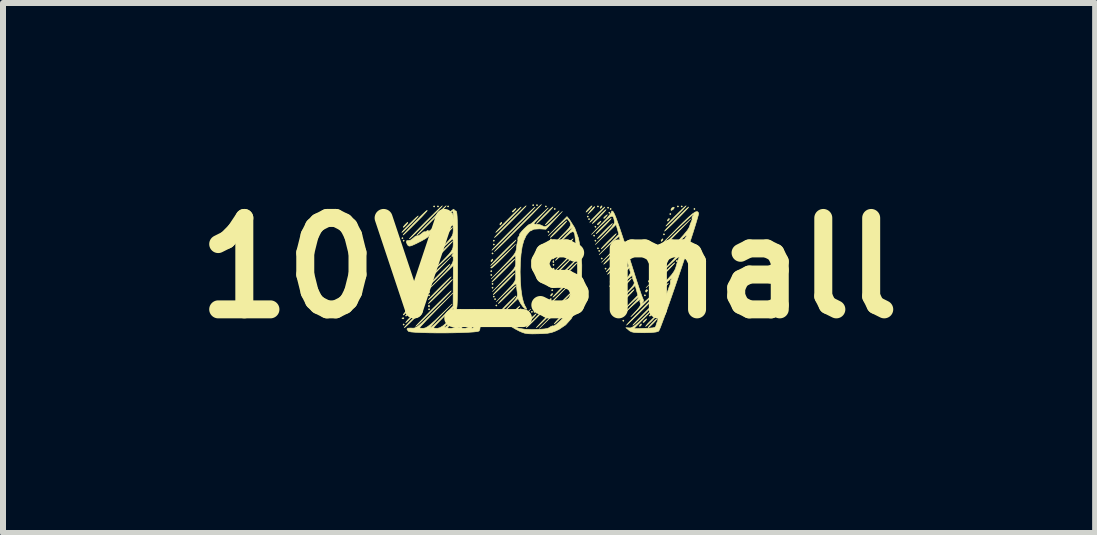
<source format=kicad_pcb>
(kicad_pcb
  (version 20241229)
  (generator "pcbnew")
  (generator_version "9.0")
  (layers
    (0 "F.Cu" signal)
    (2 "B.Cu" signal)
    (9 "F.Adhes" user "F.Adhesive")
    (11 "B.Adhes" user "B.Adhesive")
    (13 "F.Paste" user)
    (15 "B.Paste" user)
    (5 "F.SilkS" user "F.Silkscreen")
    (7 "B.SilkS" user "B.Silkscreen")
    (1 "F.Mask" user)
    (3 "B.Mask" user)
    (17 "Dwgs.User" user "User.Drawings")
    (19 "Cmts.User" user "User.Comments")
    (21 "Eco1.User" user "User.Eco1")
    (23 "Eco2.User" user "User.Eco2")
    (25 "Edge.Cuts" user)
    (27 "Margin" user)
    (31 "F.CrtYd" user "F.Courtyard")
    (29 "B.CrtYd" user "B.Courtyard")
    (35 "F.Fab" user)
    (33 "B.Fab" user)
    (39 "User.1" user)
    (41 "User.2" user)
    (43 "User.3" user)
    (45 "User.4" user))
  (footprint "10V_small"
    (layer "F.Cu")
    (at 6.103 1.418)
    (property "Reference" "10V_small" (at 0 0 0) (layer "F.SilkS") (effects (font (size 1.524 1.524) (thickness 0.3))))
    (attr through_hole)
    (fp_poly (pts (xy -2.434 -0.497) (xy -2.445 -0.487) (xy -2.455 -0.497) (xy -2.445 -0.508) (xy -2.434 -0.497)) (stroke (width 0.01) (type solid)) (fill yes) (layer "F.SilkS"))
    (fp_poly (pts (xy -2.413 -0.455) (xy -2.424 -0.445) (xy -2.434 -0.455) (xy -2.424 -0.466) (xy -2.413 -0.455)) (stroke (width 0.01) (type solid)) (fill yes) (layer "F.SilkS"))
    (fp_poly (pts (xy -2.413 0.942) (xy -2.424 0.953) (xy -2.434 0.942) (xy -2.424 0.931) (xy -2.413 0.942)) (stroke (width 0.01) (type solid)) (fill yes) (layer "F.SilkS"))
    (fp_poly (pts (xy -2.286 0.709) (xy -2.297 0.72) (xy -2.307 0.709) (xy -2.297 0.699) (xy -2.286 0.709)) (stroke (width 0.01) (type solid)) (fill yes) (layer "F.SilkS"))
    (fp_poly (pts (xy -2.18 0.709) (xy -2.191 0.72) (xy -2.201 0.709) (xy -2.191 0.699) (xy -2.18 0.709)) (stroke (width 0.01) (type solid)) (fill yes) (layer "F.SilkS"))
    (fp_poly (pts (xy -1.99 -0.476) (xy -2 -0.466) (xy -2.011 -0.476) (xy -2 -0.487) (xy -1.99 -0.476)) (stroke (width 0.01) (type solid)) (fill yes) (layer "F.SilkS"))
    (fp_poly (pts (xy -1.99 -0.413) (xy -2 -0.402) (xy -2.011 -0.413) (xy -2 -0.423) (xy -1.99 -0.413)) (stroke (width 0.01) (type solid)) (fill yes) (layer "F.SilkS"))
    (fp_poly (pts (xy -1.99 -0.243) (xy -2 -0.233) (xy -2.011 -0.243) (xy -2 -0.254) (xy -1.99 -0.243)) (stroke (width 0.01) (type solid)) (fill yes) (layer "F.SilkS"))
    (fp_poly (pts (xy -1.99 -0.18) (xy -2 -0.169) (xy -2.011 -0.18) (xy -2 -0.191) (xy -1.99 -0.18)) (stroke (width 0.01) (type solid)) (fill yes) (layer "F.SilkS"))
    (fp_poly (pts (xy -1.99 -0.011) (xy -2 0) (xy -2.011 -0.011) (xy -2 -0.021) (xy -1.99 -0.011)) (stroke (width 0.01) (type solid)) (fill yes) (layer "F.SilkS"))
    (fp_poly (pts (xy -1.99 0.053) (xy -2 0.064) (xy -2.011 0.053) (xy -2 0.042) (xy -1.99 0.053)) (stroke (width 0.01) (type solid)) (fill yes) (layer "F.SilkS"))
    (fp_poly (pts (xy -1.99 0.222) (xy -2 0.233) (xy -2.011 0.222) (xy -2 0.212) (xy -1.99 0.222)) (stroke (width 0.01) (type solid)) (fill yes) (layer "F.SilkS"))
    (fp_poly (pts (xy -1.99 0.455) (xy -2 0.466) (xy -2.011 0.455) (xy -2 0.445) (xy -1.99 0.455)) (stroke (width 0.01) (type solid)) (fill yes) (layer "F.SilkS"))
    (fp_poly (pts (xy -1.99 0.688) (xy -2 0.699) (xy -2.011 0.688) (xy -2 0.677) (xy -1.99 0.688)) (stroke (width 0.01) (type solid)) (fill yes) (layer "F.SilkS"))
    (fp_poly (pts (xy -1.905 -1.027) (xy -1.916 -1.016) (xy -1.926 -1.027) (xy -1.916 -1.037) (xy -1.905 -1.027)) (stroke (width 0.01) (type solid)) (fill yes) (layer "F.SilkS"))
    (fp_poly (pts (xy -1.841 -1.027) (xy -1.852 -1.016) (xy -1.863 -1.027) (xy -1.852 -1.037) (xy -1.841 -1.027)) (stroke (width 0.01) (type solid)) (fill yes) (layer "F.SilkS"))
    (fp_poly (pts (xy -1.672 -1.027) (xy -1.683 -1.016) (xy -1.693 -1.027) (xy -1.683 -1.037) (xy -1.672 -1.027)) (stroke (width 0.01) (type solid)) (fill yes) (layer "F.SilkS"))
    (fp_poly (pts (xy -1.312 0.709) (xy -1.323 0.72) (xy -1.333 0.709) (xy -1.323 0.699) (xy -1.312 0.709)) (stroke (width 0.01) (type solid)) (fill yes) (layer "F.SilkS"))
    (fp_poly (pts (xy -1.206 0.73) (xy -1.217 0.741) (xy -1.228 0.73) (xy -1.217 0.72) (xy -1.206 0.73)) (stroke (width 0.01) (type solid)) (fill yes) (layer "F.SilkS"))
    (fp_poly (pts (xy -0.953 0.053) (xy -0.963 0.064) (xy -0.974 0.053) (xy -0.963 0.042) (xy -0.953 0.053)) (stroke (width 0.01) (type solid)) (fill yes) (layer "F.SilkS"))
    (fp_poly (pts (xy -0.953 0.116) (xy -0.963 0.127) (xy -0.974 0.116) (xy -0.963 0.106) (xy -0.953 0.116)) (stroke (width 0.01) (type solid)) (fill yes) (layer "F.SilkS"))
    (fp_poly (pts (xy -0.931 -0.243) (xy -0.942 -0.233) (xy -0.953 -0.243) (xy -0.942 -0.254) (xy -0.931 -0.243)) (stroke (width 0.01) (type solid)) (fill yes) (layer "F.SilkS"))
    (fp_poly (pts (xy -0.931 0.265) (xy -0.942 0.275) (xy -0.953 0.265) (xy -0.942 0.254) (xy -0.931 0.265)) (stroke (width 0.01) (type solid)) (fill yes) (layer "F.SilkS"))
    (fp_poly (pts (xy -0.931 0.328) (xy -0.942 0.339) (xy -0.953 0.328) (xy -0.942 0.318) (xy -0.931 0.328)) (stroke (width 0.01) (type solid)) (fill yes) (layer "F.SilkS"))
    (fp_poly (pts (xy -0.91 -0.455) (xy -0.921 -0.445) (xy -0.931 -0.455) (xy -0.921 -0.466) (xy -0.91 -0.455)) (stroke (width 0.01) (type solid)) (fill yes) (layer "F.SilkS"))
    (fp_poly (pts (xy -0.91 -0.392) (xy -0.921 -0.381) (xy -0.931 -0.392) (xy -0.921 -0.402) (xy -0.91 -0.392)) (stroke (width 0.01) (type solid)) (fill yes) (layer "F.SilkS"))
    (fp_poly (pts (xy -0.91 0.476) (xy -0.921 0.487) (xy -0.931 0.476) (xy -0.921 0.466) (xy -0.91 0.476)) (stroke (width 0.01) (type solid)) (fill yes) (layer "F.SilkS"))
    (fp_poly (pts (xy -0.889 0.519) (xy -0.9 0.529) (xy -0.91 0.519) (xy -0.9 0.508) (xy -0.889 0.519)) (stroke (width 0.01) (type solid)) (fill yes) (layer "F.SilkS"))
    (fp_poly (pts (xy -0.868 0.624) (xy -0.878 0.635) (xy -0.889 0.624) (xy -0.878 0.614) (xy -0.868 0.624)) (stroke (width 0.01) (type solid)) (fill yes) (layer "F.SilkS"))
    (fp_poly (pts (xy -0.487 0.942) (xy -0.497 0.953) (xy -0.508 0.942) (xy -0.497 0.931) (xy -0.487 0.942)) (stroke (width 0.01) (type solid)) (fill yes) (layer "F.SilkS"))
    (fp_poly (pts (xy -0.275 0.73) (xy -0.286 0.741) (xy -0.296 0.73) (xy -0.286 0.72) (xy -0.275 0.73)) (stroke (width 0.01) (type solid)) (fill yes) (layer "F.SilkS"))
    (fp_poly (pts (xy -0.254 -1.048) (xy -0.265 -1.037) (xy -0.275 -1.048) (xy -0.265 -1.058) (xy -0.254 -1.048)) (stroke (width 0.01) (type solid)) (fill yes) (layer "F.SilkS"))
    (fp_poly (pts (xy -0.233 0.73) (xy -0.243 0.741) (xy -0.254 0.73) (xy -0.243 0.72) (xy -0.233 0.73)) (stroke (width 0.01) (type solid)) (fill yes) (layer "F.SilkS"))
    (fp_poly (pts (xy -0.191 -1.048) (xy -0.201 -1.037) (xy -0.212 -1.048) (xy -0.201 -1.058) (xy -0.191 -1.048)) (stroke (width 0.01) (type solid)) (fill yes) (layer "F.SilkS"))
    (fp_poly (pts (xy -0.042 -1.027) (xy -0.053 -1.016) (xy -0.064 -1.027) (xy -0.053 -1.037) (xy -0.042 -1.027)) (stroke (width 0.01) (type solid)) (fill yes) (layer "F.SilkS"))
    (fp_poly (pts (xy 0 -0.603) (xy -0.011 -0.593) (xy -0.021 -0.603) (xy -0.011 -0.614) (xy 0 -0.603)) (stroke (width 0.01) (type solid)) (fill yes) (layer "F.SilkS"))
    (fp_poly (pts (xy 0.042 -0.476) (xy 0.032 -0.466) (xy 0.021 -0.476) (xy 0.032 -0.487) (xy 0.042 -0.476)) (stroke (width 0.01) (type solid)) (fill yes) (layer "F.SilkS"))
    (fp_poly (pts (xy 0.064 -0.434) (xy 0.053 -0.423) (xy 0.042 -0.434) (xy 0.053 -0.445) (xy 0.064 -0.434)) (stroke (width 0.01) (type solid)) (fill yes) (layer "F.SilkS"))
    (fp_poly (pts (xy 0.064 0.37) (xy 0.053 0.381) (xy 0.042 0.37) (xy 0.053 0.36) (xy 0.064 0.37)) (stroke (width 0.01) (type solid)) (fill yes) (layer "F.SilkS"))
    (fp_poly (pts (xy 0.085 -0.222) (xy 0.074 -0.212) (xy 0.064 -0.222) (xy 0.074 -0.233) (xy 0.085 -0.222)) (stroke (width 0.01) (type solid)) (fill yes) (layer "F.SilkS"))
    (fp_poly (pts (xy 0.085 -0.053) (xy 0.074 -0.042) (xy 0.064 -0.053) (xy 0.074 -0.064) (xy 0.085 -0.053)) (stroke (width 0.01) (type solid)) (fill yes) (layer "F.SilkS"))
    (fp_poly (pts (xy 0.085 0.011) (xy 0.074 0.021) (xy 0.064 0.011) (xy 0.074 0) (xy 0.085 0.011)) (stroke (width 0.01) (type solid)) (fill yes) (layer "F.SilkS"))
    (fp_poly (pts (xy 0.085 0.18) (xy 0.074 0.191) (xy 0.064 0.18) (xy 0.074 0.169) (xy 0.085 0.18)) (stroke (width 0.01) (type solid)) (fill yes) (layer "F.SilkS"))
    (fp_poly (pts (xy 0.085 0.243) (xy 0.074 0.254) (xy 0.064 0.243) (xy 0.074 0.233) (xy 0.085 0.243)) (stroke (width 0.01) (type solid)) (fill yes) (layer "F.SilkS"))
    (fp_poly (pts (xy 0.106 -0.984) (xy 0.095 -0.974) (xy 0.085 -0.984) (xy 0.095 -0.995) (xy 0.106 -0.984)) (stroke (width 0.01) (type solid)) (fill yes) (layer "F.SilkS"))
    (fp_poly (pts (xy 0.656 -0.857) (xy 0.646 -0.847) (xy 0.635 -0.857) (xy 0.646 -0.868) (xy 0.656 -0.857)) (stroke (width 0.01) (type solid)) (fill yes) (layer "F.SilkS"))
    (fp_poly (pts (xy 0.677 -0.815) (xy 0.667 -0.804) (xy 0.656 -0.815) (xy 0.667 -0.826) (xy 0.677 -0.815)) (stroke (width 0.01) (type solid)) (fill yes) (layer "F.SilkS"))
    (fp_poly (pts (xy 0.762 -0.54) (xy 0.751 -0.529) (xy 0.741 -0.54) (xy 0.751 -0.55) (xy 0.762 -0.54)) (stroke (width 0.01) (type solid)) (fill yes) (layer "F.SilkS"))
    (fp_poly (pts (xy 0.783 -0.688) (xy 0.773 -0.677) (xy 0.762 -0.688) (xy 0.773 -0.699) (xy 0.783 -0.688)) (stroke (width 0.01) (type solid)) (fill yes) (layer "F.SilkS"))
    (fp_poly (pts (xy 0.783 -0.455) (xy 0.773 -0.445) (xy 0.762 -0.455) (xy 0.773 -0.466) (xy 0.783 -0.455)) (stroke (width 0.01) (type solid)) (fill yes) (layer "F.SilkS"))
    (fp_poly (pts (xy 0.826 -1.027) (xy 0.815 -1.016) (xy 0.804 -1.027) (xy 0.815 -1.037) (xy 0.826 -1.027)) (stroke (width 0.01) (type solid)) (fill yes) (layer "F.SilkS"))
    (fp_poly (pts (xy 0.826 -0.328) (xy 0.815 -0.318) (xy 0.804 -0.328) (xy 0.815 -0.339) (xy 0.826 -0.328)) (stroke (width 0.01) (type solid)) (fill yes) (layer "F.SilkS"))
    (fp_poly (pts (xy 0.847 -0.286) (xy 0.836 -0.275) (xy 0.826 -0.286) (xy 0.836 -0.296) (xy 0.847 -0.286)) (stroke (width 0.01) (type solid)) (fill yes) (layer "F.SilkS"))
    (fp_poly (pts (xy 0.889 -0.159) (xy 0.878 -0.148) (xy 0.868 -0.159) (xy 0.878 -0.169) (xy 0.889 -0.159)) (stroke (width 0.01) (type solid)) (fill yes) (layer "F.SilkS"))
    (fp_poly (pts (xy 0.953 0.011) (xy 0.942 0.021) (xy 0.931 0.011) (xy 0.942 0) (xy 0.953 0.011)) (stroke (width 0.01) (type solid)) (fill yes) (layer "F.SilkS"))
    (fp_poly (pts (xy 0.995 -1.005) (xy 0.984 -0.995) (xy 0.974 -1.005) (xy 0.984 -1.016) (xy 0.995 -1.005)) (stroke (width 0.01) (type solid)) (fill yes) (layer "F.SilkS"))
    (fp_poly (pts (xy 1.016 -0.921) (xy 1.005 -0.91) (xy 0.995 -0.921) (xy 1.005 -0.931) (xy 1.016 -0.921)) (stroke (width 0.01) (type solid)) (fill yes) (layer "F.SilkS"))
    (fp_poly (pts (xy 1.037 -0.984) (xy 1.027 -0.974) (xy 1.016 -0.984) (xy 1.027 -0.995) (xy 1.037 -0.984)) (stroke (width 0.01) (type solid)) (fill yes) (layer "F.SilkS"))
    (fp_poly (pts (xy 1.122 0.54) (xy 1.111 0.55) (xy 1.101 0.54) (xy 1.111 0.529) (xy 1.122 0.54)) (stroke (width 0.01) (type solid)) (fill yes) (layer "F.SilkS"))
    (fp_poly (pts (xy 1.164 0.667) (xy 1.154 0.677) (xy 1.143 0.667) (xy 1.154 0.656) (xy 1.164 0.667)) (stroke (width 0.01) (type solid)) (fill yes) (layer "F.SilkS"))
    (fp_poly (pts (xy 1.185 0.709) (xy 1.175 0.72) (xy 1.164 0.709) (xy 1.175 0.699) (xy 1.185 0.709)) (stroke (width 0.01) (type solid)) (fill yes) (layer "F.SilkS"))
    (fp_poly (pts (xy 1.249 0.878) (xy 1.238 0.889) (xy 1.228 0.878) (xy 1.238 0.868) (xy 1.249 0.878)) (stroke (width 0.01) (type solid)) (fill yes) (layer "F.SilkS"))
    (fp_poly (pts (xy 1.609 0.455) (xy 1.598 0.466) (xy 1.587 0.455) (xy 1.598 0.445) (xy 1.609 0.455)) (stroke (width 0.01) (type solid)) (fill yes) (layer "F.SilkS"))
    (fp_poly (pts (xy 1.714 0.116) (xy 1.704 0.127) (xy 1.693 0.116) (xy 1.704 0.106) (xy 1.714 0.116)) (stroke (width 0.01) (type solid)) (fill yes) (layer "F.SilkS"))
    (fp_poly (pts (xy 1.82 -0.222) (xy 1.81 -0.212) (xy 1.799 -0.222) (xy 1.81 -0.233) (xy 1.82 -0.222)) (stroke (width 0.01) (type solid)) (fill yes) (layer "F.SilkS"))
    (fp_poly (pts (xy 1.841 0.646) (xy 1.831 0.656) (xy 1.82 0.646) (xy 1.831 0.635) (xy 1.841 0.646)) (stroke (width 0.01) (type solid)) (fill yes) (layer "F.SilkS"))
    (fp_poly (pts (xy 1.905 0.582) (xy 1.894 0.593) (xy 1.884 0.582) (xy 1.894 0.572) (xy 1.905 0.582)) (stroke (width 0.01) (type solid)) (fill yes) (layer "F.SilkS"))
    (fp_poly (pts (xy 1.926 -0.561) (xy 1.916 -0.55) (xy 1.905 -0.561) (xy 1.916 -0.572) (xy 1.926 -0.561)) (stroke (width 0.01) (type solid)) (fill yes) (layer "F.SilkS"))
    (fp_poly (pts (xy 2.032 -0.9) (xy 2.021 -0.889) (xy 2.011 -0.9) (xy 2.021 -0.91) (xy 2.032 -0.9)) (stroke (width 0.01) (type solid)) (fill yes) (layer "F.SilkS"))
    (fp_poly (pts (xy 2.138 -0.116) (xy 2.127 -0.106) (xy 2.117 -0.116) (xy 2.127 -0.127) (xy 2.138 -0.116)) (stroke (width 0.01) (type solid)) (fill yes) (layer "F.SilkS"))
    (fp_poly (pts (xy 2.159 -1.027) (xy 2.148 -1.016) (xy 2.138 -1.027) (xy 2.148 -1.037) (xy 2.159 -1.027)) (stroke (width 0.01) (type solid)) (fill yes) (layer "F.SilkS"))
    (fp_poly (pts (xy 2.223 -1.027) (xy 2.212 -1.016) (xy 2.201 -1.027) (xy 2.212 -1.037) (xy 2.223 -1.027)) (stroke (width 0.01) (type solid)) (fill yes) (layer "F.SilkS"))
    (fp_poly (pts (xy 2.434 -0.984) (xy 2.424 -0.974) (xy 2.413 -0.984) (xy 2.424 -0.995) (xy 2.434 -0.984)) (stroke (width 0.01) (type solid)) (fill yes) (layer "F.SilkS"))
    (fp_poly (pts (xy -2.42 0.833) (xy -2.423 0.845) (xy -2.434 0.847) (xy -2.452 0.839) (xy -2.448 0.833) (xy -2.423 0.83) (xy -2.42 0.833)) (stroke (width 0.01) (type solid)) (fill yes) (layer "F.SilkS"))
    (fp_poly (pts (xy -1.997 -0.31) (xy -1.994 -0.285) (xy -1.997 -0.282) (xy -2.009 -0.285) (xy -2.011 -0.296) (xy -2.003 -0.314) (xy -1.997 -0.31)) (stroke (width 0.01) (type solid)) (fill yes) (layer "F.SilkS"))
    (fp_poly (pts (xy -1.997 -0.078) (xy -1.994 -0.052) (xy -1.997 -0.049) (xy -2.009 -0.052) (xy -2.011 -0.064) (xy -2.003 -0.081) (xy -1.997 -0.078)) (stroke (width 0.01) (type solid)) (fill yes) (layer "F.SilkS"))
    (fp_poly (pts (xy -1.997 0.155) (xy -1.994 0.18) (xy -1.997 0.183) (xy -2.009 0.181) (xy -2.011 0.169) (xy -2.003 0.152) (xy -1.997 0.155)) (stroke (width 0.01) (type solid)) (fill yes) (layer "F.SilkS"))
    (fp_poly (pts (xy -1.997 0.388) (xy -1.994 0.413) (xy -1.997 0.416) (xy -2.009 0.413) (xy -2.011 0.402) (xy -2.003 0.385) (xy -1.997 0.388)) (stroke (width 0.01) (type solid)) (fill yes) (layer "F.SilkS"))
    (fp_poly (pts (xy -1.997 0.621) (xy -1.994 0.646) (xy -1.997 0.649) (xy -2.009 0.646) (xy -2.011 0.635) (xy -2.003 0.618) (xy -1.997 0.621)) (stroke (width 0.01) (type solid)) (fill yes) (layer "F.SilkS"))
    (fp_poly (pts (xy 0.078 -0.12) (xy 0.08 -0.095) (xy 0.078 -0.092) (xy 0.065 -0.095) (xy 0.064 -0.106) (xy 0.071 -0.123) (xy 0.078 -0.12)) (stroke (width 0.01) (type solid)) (fill yes) (layer "F.SilkS"))
    (fp_poly (pts (xy 0.078 0.113) (xy 0.08 0.138) (xy 0.078 0.141) (xy 0.065 0.138) (xy 0.064 0.127) (xy 0.071 0.11) (xy 0.078 0.113)) (stroke (width 0.01) (type solid)) (fill yes) (layer "F.SilkS"))
    (fp_poly (pts (xy 2.087 -1.011) (xy 2.081 -0.991) (xy 2.064 -0.974) (xy 2.038 -0.96) (xy 2.032 -0.97) (xy 2.045 -0.998) (xy 2.072 -1.014) (xy 2.087 -1.011)) (stroke (width 0.01) (type solid)) (fill yes) (layer "F.SilkS"))
    (fp_poly (pts (xy -2.358 -0.749) (xy -2.381 -0.72) (xy -2.413 -0.688) (xy -2.43 -0.677) (xy -2.426 -0.691) (xy -2.402 -0.72) (xy -2.371 -0.751) (xy -2.354 -0.762) (xy -2.358 -0.749)) (stroke (width 0.01) (type solid)) (fill yes) (layer "F.SilkS"))
    (fp_poly (pts (xy -2.358 0.712) (xy -2.381 0.741) (xy -2.413 0.772) (xy -2.43 0.783) (xy -2.426 0.77) (xy -2.402 0.741) (xy -2.371 0.71) (xy -2.354 0.699) (xy -2.358 0.712)) (stroke (width 0.01) (type solid)) (fill yes) (layer "F.SilkS"))
    (fp_poly (pts (xy -2.335 0.752) (xy -2.347 0.767) (xy -2.378 0.8) (xy -2.391 0.8) (xy -2.392 0.796) (xy -2.377 0.779) (xy -2.355 0.759) (xy -2.33 0.741) (xy -2.335 0.752)) (stroke (width 0.01) (type solid)) (fill yes) (layer "F.SilkS"))
    (fp_poly (pts (xy -0.938 -0.134) (xy -0.942 -0.127) (xy -0.962 -0.107) (xy -0.966 -0.106) (xy -0.967 -0.12) (xy -0.963 -0.127) (xy -0.943 -0.147) (xy -0.939 -0.148) (xy -0.938 -0.134)) (stroke (width 0.01) (type solid)) (fill yes) (layer "F.SilkS"))
    (fp_poly (pts (xy -0.79 -0.748) (xy -0.794 -0.741) (xy -0.814 -0.721) (xy -0.817 -0.72) (xy -0.819 -0.733) (xy -0.815 -0.741) (xy -0.795 -0.761) (xy -0.791 -0.762) (xy -0.79 -0.748)) (stroke (width 0.01) (type solid)) (fill yes) (layer "F.SilkS"))
    (fp_poly (pts (xy -0.557 -0.984) (xy -0.569 -0.968) (xy -0.6 -0.935) (xy -0.613 -0.936) (xy -0.614 -0.939) (xy -0.599 -0.957) (xy -0.577 -0.976) (xy -0.552 -0.995) (xy -0.557 -0.984)) (stroke (width 0.01) (type solid)) (fill yes) (layer "F.SilkS"))
    (fp_poly (pts (xy -0.409 0.858) (xy -0.421 0.873) (xy -0.452 0.906) (xy -0.465 0.906) (xy -0.466 0.902) (xy -0.451 0.885) (xy -0.429 0.865) (xy -0.404 0.847) (xy -0.409 0.858)) (stroke (width 0.01) (type solid)) (fill yes) (layer "F.SilkS"))
    (fp_poly (pts (xy -0.324 0.776) (xy -0.328 0.783) (xy -0.348 0.803) (xy -0.352 0.804) (xy -0.353 0.791) (xy -0.349 0.783) (xy -0.329 0.763) (xy -0.326 0.762) (xy -0.324 0.776)) (stroke (width 0.01) (type solid)) (fill yes) (layer "F.SilkS"))
    (fp_poly (pts (xy -0.155 0.712) (xy -0.159 0.72) (xy -0.179 0.74) (xy -0.182 0.741) (xy -0.184 0.727) (xy -0.18 0.72) (xy -0.16 0.699) (xy -0.156 0.699) (xy -0.155 0.712)) (stroke (width 0.01) (type solid)) (fill yes) (layer "F.SilkS"))
    (fp_poly (pts (xy 0.036 0.522) (xy 0.032 0.529) (xy 0.012 0.549) (xy 0.008 0.55) (xy 0.007 0.537) (xy 0.011 0.529) (xy 0.031 0.509) (xy 0.034 0.508) (xy 0.036 0.522)) (stroke (width 0.01) (type solid)) (fill yes) (layer "F.SilkS"))
    (fp_poly (pts (xy 0.057 0.437) (xy 0.053 0.445) (xy 0.033 0.465) (xy 0.029 0.466) (xy 0.028 0.452) (xy 0.032 0.445) (xy 0.052 0.424) (xy 0.055 0.423) (xy 0.057 0.437)) (stroke (width 0.01) (type solid)) (fill yes) (layer "F.SilkS"))
    (fp_poly (pts (xy 0.761 -1.023) (xy 0.753 -1.005) (xy 0.723 -0.97) (xy 0.71 -0.957) (xy 0.649 -0.9) (xy 0.7 -0.966) (xy 0.735 -1.005) (xy 0.758 -1.023) (xy 0.761 -1.023)) (stroke (width 0.01) (type solid)) (fill yes) (layer "F.SilkS"))
    (fp_poly (pts (xy 0.861 -0.772) (xy 0.849 -0.757) (xy 0.818 -0.724) (xy 0.805 -0.724) (xy 0.804 -0.728) (xy 0.819 -0.745) (xy 0.841 -0.765) (xy 0.866 -0.783) (xy 0.861 -0.772)) (stroke (width 0.01) (type solid)) (fill yes) (layer "F.SilkS"))
    (fp_poly (pts (xy 0.882 -1.023) (xy 0.878 -1.016) (xy 0.858 -0.996) (xy 0.855 -0.995) (xy 0.853 -1.009) (xy 0.857 -1.016) (xy 0.877 -1.036) (xy 0.881 -1.037) (xy 0.882 -1.023)) (stroke (width 0.01) (type solid)) (fill yes) (layer "F.SilkS"))
    (fp_poly (pts (xy 0.967 -0.878) (xy 0.955 -0.863) (xy 0.924 -0.83) (xy 0.911 -0.83) (xy 0.91 -0.833) (xy 0.925 -0.851) (xy 0.947 -0.871) (xy 0.972 -0.889) (xy 0.967 -0.878)) (stroke (width 0.01) (type solid)) (fill yes) (layer "F.SilkS"))
    (fp_poly (pts (xy 1.539 0.945) (xy 1.535 0.953) (xy 1.515 0.973) (xy 1.511 0.974) (xy 1.509 0.96) (xy 1.513 0.953) (xy 1.533 0.932) (xy 1.537 0.931) (xy 1.539 0.945)) (stroke (width 0.01) (type solid)) (fill yes) (layer "F.SilkS"))
    (fp_poly (pts (xy 1.623 0.858) (xy 1.611 0.873) (xy 1.58 0.906) (xy 1.567 0.906) (xy 1.566 0.902) (xy 1.581 0.885) (xy 1.603 0.865) (xy 1.628 0.847) (xy 1.623 0.858)) (stroke (width 0.01) (type solid)) (fill yes) (layer "F.SilkS"))
    (fp_poly (pts (xy 1.644 0.373) (xy 1.64 0.381) (xy 1.621 0.401) (xy 1.618 0.402) (xy 1.609 0.386) (xy 1.609 0.381) (xy 1.625 0.361) (xy 1.631 0.36) (xy 1.644 0.373)) (stroke (width 0.01) (type solid)) (fill yes) (layer "F.SilkS"))
    (fp_poly (pts (xy 1.687 0.204) (xy 1.683 0.212) (xy 1.663 0.232) (xy 1.659 0.233) (xy 1.658 0.219) (xy 1.662 0.212) (xy 1.682 0.191) (xy 1.685 0.191) (xy 1.687 0.204)) (stroke (width 0.01) (type solid)) (fill yes) (layer "F.SilkS"))
    (fp_poly (pts (xy 1.729 0.752) (xy 1.717 0.767) (xy 1.686 0.8) (xy 1.673 0.8) (xy 1.672 0.796) (xy 1.687 0.779) (xy 1.709 0.759) (xy 1.734 0.741) (xy 1.729 0.752)) (stroke (width 0.01) (type solid)) (fill yes) (layer "F.SilkS"))
    (fp_poly (pts (xy 1.793 -0.134) (xy 1.789 -0.127) (xy 1.769 -0.107) (xy 1.765 -0.106) (xy 1.763 -0.12) (xy 1.767 -0.127) (xy 1.787 -0.147) (xy 1.791 -0.148) (xy 1.793 -0.134)) (stroke (width 0.01) (type solid)) (fill yes) (layer "F.SilkS"))
    (fp_poly (pts (xy 1.793 0.691) (xy 1.789 0.699) (xy 1.769 0.719) (xy 1.765 0.72) (xy 1.763 0.706) (xy 1.767 0.699) (xy 1.787 0.678) (xy 1.791 0.677) (xy 1.793 0.691)) (stroke (width 0.01) (type solid)) (fill yes) (layer "F.SilkS"))
    (fp_poly (pts (xy 1.898 -0.473) (xy 1.894 -0.466) (xy 1.874 -0.445) (xy 1.871 -0.445) (xy 1.869 -0.458) (xy 1.873 -0.466) (xy 1.893 -0.486) (xy 1.897 -0.487) (xy 1.898 -0.473)) (stroke (width 0.01) (type solid)) (fill yes) (layer "F.SilkS"))
    (fp_poly (pts (xy 2.004 -0.812) (xy 2 -0.804) (xy 1.98 -0.784) (xy 1.977 -0.783) (xy 1.975 -0.797) (xy 1.979 -0.804) (xy 1.999 -0.825) (xy 2.003 -0.826) (xy 2.004 -0.812)) (stroke (width 0.01) (type solid)) (fill yes) (layer "F.SilkS"))
    (fp_poly (pts (xy -0.402 0.726) (xy -0.416 0.742) (xy -0.453 0.779) (xy -0.503 0.826) (xy -0.603 0.921) (xy -0.509 0.82) (xy -0.453 0.762) (xy -0.42 0.73) (xy -0.405 0.721) (xy -0.402 0.726)) (stroke (width 0.01) (type solid)) (fill yes) (layer "F.SilkS"))
    (fp_poly (pts (xy -2.232 0.754) (xy -2.262 0.789) (xy -2.297 0.826) (xy -2.344 0.872) (xy -2.378 0.903) (xy -2.39 0.91) (xy -2.382 0.897) (xy -2.352 0.862) (xy -2.318 0.826) (xy -2.271 0.779) (xy -2.236 0.748) (xy -2.224 0.741) (xy -2.232 0.754)) (stroke (width 0.01) (type solid)) (fill yes) (layer "F.SilkS"))
    (fp_poly (pts (xy -1.799 -0.016) (xy -1.872 0.06) (xy -1.921 0.109) (xy -1.95 0.137) (xy -1.965 0.146) (xy -1.968 0.143) (xy -1.968 0.142) (xy -1.954 0.126) (xy -1.916 0.087) (xy -1.859 0.031) (xy -1.804 -0.022) (xy -1.64 -0.18) (xy -1.799 -0.016)) (stroke (width 0.01) (type solid)) (fill yes) (layer "F.SilkS"))
    (fp_poly (pts (xy 0.276 -0.058) (xy 0.202 0.018) (xy 0.153 0.067) (xy 0.124 0.094) (xy 0.11 0.104) (xy 0.106 0.101) (xy 0.106 0.1) (xy 0.12 0.084) (xy 0.159 0.045) (xy 0.215 -0.011) (xy 0.27 -0.064) (xy 0.434 -0.222) (xy 0.276 -0.058)) (stroke (width 0.01) (type solid)) (fill yes) (layer "F.SilkS"))
    (fp_poly (pts (xy 0.711 -1.024) (xy 0.684 -0.991) (xy 0.677 -0.984) (xy 0.641 -0.949) (xy 0.618 -0.932) (xy 0.617 -0.931) (xy 0.623 -0.945) (xy 0.65 -0.977) (xy 0.656 -0.984) (xy 0.692 -1.02) (xy 0.715 -1.037) (xy 0.716 -1.037) (xy 0.711 -1.024)) (stroke (width 0.01) (type solid)) (fill yes) (layer "F.SilkS"))
    (fp_poly (pts (xy 1.79 0.86) (xy 1.76 0.895) (xy 1.736 0.921) (xy 1.692 0.964) (xy 1.661 0.991) (xy 1.653 0.995) (xy 1.66 0.981) (xy 1.69 0.947) (xy 1.714 0.921) (xy 1.758 0.878) (xy 1.789 0.851) (xy 1.797 0.847) (xy 1.79 0.86)) (stroke (width 0.01) (type solid)) (fill yes) (layer "F.SilkS"))
    (fp_poly (pts (xy -0.751 -0.196) (xy -0.824 -0.122) (xy -0.887 -0.061) (xy -0.934 -0.019) (xy -0.959 -0.000335) (xy -0.961 0) (xy -0.973 -0.004) (xy -0.971 -0.005) (xy -0.953 -0.021) (xy -0.911 -0.06) (xy -0.849 -0.118) (xy -0.776 -0.188) (xy -0.761 -0.201) (xy -0.561 -0.392) (xy -0.751 -0.196)) (stroke (width 0.01) (type solid)) (fill yes) (layer "F.SilkS"))
    (fp_poly (pts (xy 1.99 -0.206) (xy 1.905 -0.119) (xy 1.83 -0.044) (xy 1.772 0.014) (xy 1.733 0.052) (xy 1.72 0.064) (xy 1.717 0.048) (xy 1.717 0.048) (xy 1.733 0.029) (xy 1.775 -0.014) (xy 1.837 -0.076) (xy 1.915 -0.152) (xy 1.987 -0.222) (xy 2.254 -0.476) (xy 1.99 -0.206)) (stroke (width 0.01) (type solid)) (fill yes) (layer "F.SilkS"))
    (fp_poly (pts (xy 2.096 -0.545) (xy 2.011 -0.458) (xy 1.936 -0.383) (xy 1.877 -0.324) (xy 1.839 -0.287) (xy 1.826 -0.275) (xy 1.823 -0.29) (xy 1.823 -0.291) (xy 1.839 -0.31) (xy 1.88 -0.353) (xy 1.943 -0.415) (xy 2.02 -0.491) (xy 2.093 -0.561) (xy 2.36 -0.814) (xy 2.096 -0.545)) (stroke (width 0.01) (type solid)) (fill yes) (layer "F.SilkS"))
    (fp_poly (pts (xy 0.421 0.426) (xy 0.415 0.436) (xy 0.396 0.458) (xy 0.36 0.495) (xy 0.305 0.55) (xy 0.226 0.628) (xy 0.132 0.72) (xy -0.159 1.005) (xy 0.127 0.714) (xy 0.215 0.624) (xy 0.293 0.545) (xy 0.356 0.483) (xy 0.399 0.44) (xy 0.417 0.423) (xy 0.418 0.423) (xy 0.421 0.426)) (stroke (width 0.01) (type solid)) (fill yes) (layer "F.SilkS"))
    (fp_poly (pts (xy -2.19 -0.854) (xy -2.224 -0.817) (xy -2.275 -0.763) (xy -2.307 -0.73) (xy -2.368 -0.67) (xy -2.417 -0.623) (xy -2.448 -0.596) (xy -2.454 -0.593) (xy -2.445 -0.606) (xy -2.412 -0.644) (xy -2.361 -0.697) (xy -2.328 -0.73) (xy -2.267 -0.791) (xy -2.218 -0.838) (xy -2.187 -0.864) (xy -2.181 -0.868) (xy -2.19 -0.854)) (stroke (width 0.01) (type solid)) (fill yes) (layer "F.SilkS"))
    (fp_poly (pts (xy -2.127 0.712) (xy -2.161 0.75) (xy -2.213 0.804) (xy -2.254 0.847) (xy -2.318 0.909) (xy -2.37 0.959) (xy -2.403 0.989) (xy -2.412 0.995) (xy -2.403 0.981) (xy -2.369 0.944) (xy -2.317 0.889) (xy -2.275 0.847) (xy -2.212 0.784) (xy -2.16 0.734) (xy -2.127 0.704) (xy -2.118 0.699) (xy -2.127 0.712)) (stroke (width 0.01) (type solid)) (fill yes) (layer "F.SilkS"))
    (fp_poly (pts (xy -0.561 0.31) (xy -0.594 0.348) (xy -0.646 0.402) (xy -0.688 0.445) (xy -0.751 0.507) (xy -0.803 0.557) (xy -0.837 0.587) (xy -0.846 0.593) (xy -0.836 0.579) (xy -0.803 0.541) (xy -0.751 0.487) (xy -0.709 0.445) (xy -0.646 0.382) (xy -0.594 0.332) (xy -0.56 0.302) (xy -0.551 0.296) (xy -0.561 0.31)) (stroke (width 0.01) (type solid)) (fill yes) (layer "F.SilkS"))
    (fp_poly (pts (xy -0.561 0.479) (xy -0.594 0.517) (xy -0.645 0.57) (xy -0.677 0.603) (xy -0.738 0.664) (xy -0.788 0.711) (xy -0.818 0.737) (xy -0.824 0.741) (xy -0.815 0.727) (xy -0.782 0.69) (xy -0.731 0.636) (xy -0.699 0.603) (xy -0.638 0.543) (xy -0.588 0.496) (xy -0.558 0.469) (xy -0.552 0.466) (xy -0.561 0.479)) (stroke (width 0.01) (type solid)) (fill yes) (layer "F.SilkS"))
    (fp_poly (pts (xy -0.497 0.649) (xy -0.53 0.686) (xy -0.58 0.738) (xy -0.603 0.762) (xy -0.662 0.82) (xy -0.708 0.864) (xy -0.736 0.887) (xy -0.74 0.889) (xy -0.731 0.875) (xy -0.698 0.838) (xy -0.648 0.786) (xy -0.624 0.762) (xy -0.566 0.704) (xy -0.519 0.66) (xy -0.492 0.637) (xy -0.488 0.635) (xy -0.497 0.649)) (stroke (width 0.01) (type solid)) (fill yes) (layer "F.SilkS"))
    (fp_poly (pts (xy -0.476 0.691) (xy -0.508 0.727) (xy -0.557 0.779) (xy -0.572 0.794) (xy -0.627 0.849) (xy -0.671 0.89) (xy -0.695 0.909) (xy -0.697 0.91) (xy -0.688 0.896) (xy -0.656 0.86) (xy -0.607 0.808) (xy -0.593 0.794) (xy -0.537 0.739) (xy -0.493 0.698) (xy -0.469 0.678) (xy -0.467 0.677) (xy -0.476 0.691)) (stroke (width 0.01) (type solid)) (fill yes) (layer "F.SilkS"))
    (fp_poly (pts (xy -0.222 0.776) (xy -0.253 0.812) (xy -0.302 0.862) (xy -0.307 0.868) (xy -0.36 0.92) (xy -0.401 0.958) (xy -0.421 0.974) (xy -0.422 0.974) (xy -0.413 0.96) (xy -0.382 0.924) (xy -0.333 0.873) (xy -0.328 0.868) (xy -0.275 0.815) (xy -0.234 0.778) (xy -0.214 0.762) (xy -0.213 0.762) (xy -0.222 0.776)) (stroke (width 0.01) (type solid)) (fill yes) (layer "F.SilkS"))
    (fp_poly (pts (xy 0.053 -1.002) (xy 0.02 -0.965) (xy -0.031 -0.911) (xy -0.064 -0.878) (xy -0.124 -0.818) (xy -0.174 -0.771) (xy -0.204 -0.744) (xy -0.21 -0.741) (xy -0.201 -0.755) (xy -0.168 -0.792) (xy -0.117 -0.845) (xy -0.085 -0.878) (xy -0.024 -0.939) (xy 0.026 -0.986) (xy 0.056 -1.012) (xy 0.062 -1.016) (xy 0.053 -1.002)) (stroke (width 0.01) (type solid)) (fill yes) (layer "F.SilkS"))
    (fp_poly (pts (xy 0.159 -0.939) (xy 0.127 -0.902) (xy 0.078 -0.85) (xy 0.064 -0.836) (xy 0.008 -0.781) (xy -0.036 -0.74) (xy -0.06 -0.72) (xy -0.062 -0.72) (xy -0.053 -0.733) (xy -0.021 -0.77) (xy 0.028 -0.822) (xy 0.042 -0.836) (xy 0.098 -0.891) (xy 0.142 -0.932) (xy 0.166 -0.952) (xy 0.168 -0.953) (xy 0.159 -0.939)) (stroke (width 0.01) (type solid)) (fill yes) (layer "F.SilkS"))
    (fp_poly (pts (xy 0.286 -0.769) (xy 0.253 -0.732) (xy 0.202 -0.679) (xy 0.169 -0.646) (xy 0.108 -0.585) (xy 0.059 -0.538) (xy 0.028 -0.512) (xy 0.022 -0.508) (xy 0.031 -0.522) (xy 0.065 -0.559) (xy 0.116 -0.613) (xy 0.148 -0.646) (xy 0.209 -0.706) (xy 0.258 -0.753) (xy 0.289 -0.78) (xy 0.295 -0.783) (xy 0.286 -0.769)) (stroke (width 0.01) (type solid)) (fill yes) (layer "F.SilkS"))
    (fp_poly (pts (xy 0.307 0.712) (xy 0.275 0.749) (xy 0.226 0.801) (xy 0.212 0.815) (xy 0.156 0.87) (xy 0.112 0.911) (xy 0.088 0.931) (xy 0.086 0.931) (xy 0.095 0.918) (xy 0.127 0.881) (xy 0.176 0.829) (xy 0.191 0.815) (xy 0.246 0.76) (xy 0.29 0.719) (xy 0.314 0.699) (xy 0.316 0.699) (xy 0.307 0.712)) (stroke (width 0.01) (type solid)) (fill yes) (layer "F.SilkS"))
    (fp_poly (pts (xy 0.392 -0.473) (xy 0.357 -0.435) (xy 0.304 -0.379) (xy 0.243 -0.318) (xy 0.175 -0.25) (xy 0.119 -0.195) (xy 0.079 -0.159) (xy 0.064 -0.148) (xy 0.074 -0.162) (xy 0.108 -0.2) (xy 0.162 -0.256) (xy 0.222 -0.318) (xy 0.29 -0.385) (xy 0.347 -0.44) (xy 0.386 -0.476) (xy 0.401 -0.487) (xy 0.392 -0.473)) (stroke (width 0.01) (type solid)) (fill yes) (layer "F.SilkS"))
    (fp_poly (pts (xy 0.392 -0.409) (xy 0.358 -0.372) (xy 0.306 -0.318) (xy 0.265 -0.275) (xy 0.201 -0.212) (xy 0.149 -0.163) (xy 0.116 -0.133) (xy 0.107 -0.127) (xy 0.116 -0.141) (xy 0.15 -0.178) (xy 0.202 -0.233) (xy 0.243 -0.275) (xy 0.307 -0.338) (xy 0.359 -0.388) (xy 0.392 -0.418) (xy 0.401 -0.423) (xy 0.392 -0.409)) (stroke (width 0.01) (type solid)) (fill yes) (layer "F.SilkS"))
    (fp_poly (pts (xy 0.434 -0.113) (xy 0.4 -0.075) (xy 0.346 -0.019) (xy 0.286 0.042) (xy 0.218 0.11) (xy 0.161 0.165) (xy 0.122 0.2) (xy 0.107 0.212) (xy 0.116 0.198) (xy 0.151 0.16) (xy 0.204 0.104) (xy 0.265 0.042) (xy 0.333 -0.025) (xy 0.389 -0.08) (xy 0.429 -0.116) (xy 0.444 -0.127) (xy 0.434 -0.113)) (stroke (width 0.01) (type solid)) (fill yes) (layer "F.SilkS"))
    (fp_poly (pts (xy 0.921 -1.002) (xy 0.888 -0.965) (xy 0.838 -0.913) (xy 0.815 -0.889) (xy 0.757 -0.831) (xy 0.71 -0.787) (xy 0.682 -0.764) (xy 0.679 -0.762) (xy 0.688 -0.776) (xy 0.72 -0.813) (xy 0.771 -0.865) (xy 0.794 -0.889) (xy 0.852 -0.947) (xy 0.899 -0.991) (xy 0.926 -1.014) (xy 0.93 -1.016) (xy 0.921 -1.002)) (stroke (width 0.01) (type solid)) (fill yes) (layer "F.SilkS"))
    (fp_poly (pts (xy 0.942 -0.96) (xy 0.91 -0.924) (xy 0.861 -0.872) (xy 0.847 -0.857) (xy 0.791 -0.802) (xy 0.747 -0.761) (xy 0.723 -0.742) (xy 0.721 -0.741) (xy 0.73 -0.755) (xy 0.762 -0.791) (xy 0.811 -0.843) (xy 0.826 -0.857) (xy 0.881 -0.912) (xy 0.925 -0.953) (xy 0.949 -0.973) (xy 0.951 -0.974) (xy 0.942 -0.96)) (stroke (width 0.01) (type solid)) (fill yes) (layer "F.SilkS"))
    (fp_poly (pts (xy 1.027 -0.812) (xy 0.994 -0.775) (xy 0.944 -0.722) (xy 0.921 -0.699) (xy 0.862 -0.641) (xy 0.816 -0.597) (xy 0.788 -0.573) (xy 0.784 -0.572) (xy 0.793 -0.585) (xy 0.826 -0.622) (xy 0.876 -0.675) (xy 0.9 -0.699) (xy 0.958 -0.756) (xy 1.005 -0.8) (xy 1.032 -0.824) (xy 1.036 -0.826) (xy 1.027 -0.812)) (stroke (width 0.01) (type solid)) (fill yes) (layer "F.SilkS"))
    (fp_poly (pts (xy 1.048 -0.727) (xy 1.015 -0.69) (xy 0.965 -0.637) (xy 0.942 -0.614) (xy 0.884 -0.556) (xy 0.837 -0.512) (xy 0.809 -0.489) (xy 0.806 -0.487) (xy 0.815 -0.501) (xy 0.847 -0.537) (xy 0.898 -0.59) (xy 0.921 -0.614) (xy 0.979 -0.672) (xy 1.026 -0.716) (xy 1.053 -0.739) (xy 1.057 -0.741) (xy 1.048 -0.727)) (stroke (width 0.01) (type solid)) (fill yes) (layer "F.SilkS"))
    (fp_poly (pts (xy 1.112 -0.558) (xy 1.079 -0.521) (xy 1.029 -0.468) (xy 1.005 -0.445) (xy 0.947 -0.387) (xy 0.9 -0.343) (xy 0.873 -0.319) (xy 0.869 -0.318) (xy 0.878 -0.331) (xy 0.911 -0.368) (xy 0.961 -0.421) (xy 0.984 -0.445) (xy 1.043 -0.502) (xy 1.089 -0.546) (xy 1.117 -0.57) (xy 1.121 -0.572) (xy 1.112 -0.558)) (stroke (width 0.01) (type solid)) (fill yes) (layer "F.SilkS"))
    (fp_poly (pts (xy 1.196 -0.346) (xy 1.163 -0.309) (xy 1.111 -0.254) (xy 1.069 -0.212) (xy 1.006 -0.149) (xy 0.954 -0.099) (xy 0.92 -0.069) (xy 0.911 -0.064) (xy 0.921 -0.077) (xy 0.954 -0.115) (xy 1.006 -0.169) (xy 1.048 -0.212) (xy 1.111 -0.274) (xy 1.163 -0.324) (xy 1.197 -0.354) (xy 1.205 -0.36) (xy 1.196 -0.346)) (stroke (width 0.01) (type solid)) (fill yes) (layer "F.SilkS"))
    (fp_poly (pts (xy 1.217 -0.198) (xy 1.184 -0.161) (xy 1.133 -0.107) (xy 1.101 -0.074) (xy 1.04 -0.014) (xy 0.99 0.033) (xy 0.96 0.06) (xy 0.954 0.064) (xy 0.963 0.05) (xy 0.996 0.013) (xy 1.047 -0.041) (xy 1.079 -0.074) (xy 1.14 -0.134) (xy 1.19 -0.181) (xy 1.22 -0.208) (xy 1.226 -0.212) (xy 1.217 -0.198)) (stroke (width 0.01) (type solid)) (fill yes) (layer "F.SilkS"))
    (fp_poly (pts (xy 1.239 -0.156) (xy 1.205 -0.118) (xy 1.154 -0.065) (xy 1.122 -0.032) (xy 1.061 0.029) (xy 1.012 0.076) (xy 0.981 0.102) (xy 0.975 0.106) (xy 0.984 0.092) (xy 1.017 0.055) (xy 1.068 0.001) (xy 1.101 -0.032) (xy 1.162 -0.092) (xy 1.211 -0.139) (xy 1.242 -0.166) (xy 1.248 -0.169) (xy 1.239 -0.156)) (stroke (width 0.01) (type solid)) (fill yes) (layer "F.SilkS"))
    (fp_poly (pts (xy 1.281 -0.029) (xy 1.248 0.009) (xy 1.197 0.062) (xy 1.164 0.095) (xy 1.103 0.156) (xy 1.054 0.203) (xy 1.023 0.229) (xy 1.017 0.233) (xy 1.026 0.219) (xy 1.059 0.182) (xy 1.111 0.128) (xy 1.143 0.095) (xy 1.204 0.035) (xy 1.253 -0.012) (xy 1.284 -0.039) (xy 1.29 -0.042) (xy 1.281 -0.029)) (stroke (width 0.01) (type solid)) (fill yes) (layer "F.SilkS"))
    (fp_poly (pts (xy 1.365 0.183) (xy 1.332 0.221) (xy 1.28 0.275) (xy 1.238 0.318) (xy 1.175 0.38) (xy 1.123 0.43) (xy 1.089 0.46) (xy 1.081 0.466) (xy 1.09 0.452) (xy 1.123 0.414) (xy 1.175 0.36) (xy 1.217 0.318) (xy 1.28 0.255) (xy 1.332 0.205) (xy 1.366 0.175) (xy 1.375 0.169) (xy 1.365 0.183)) (stroke (width 0.01) (type solid)) (fill yes) (layer "F.SilkS"))
    (fp_poly (pts (xy 1.408 0.374) (xy 1.375 0.411) (xy 1.324 0.464) (xy 1.291 0.497) (xy 1.23 0.558) (xy 1.181 0.605) (xy 1.15 0.631) (xy 1.144 0.635) (xy 1.153 0.621) (xy 1.186 0.584) (xy 1.238 0.53) (xy 1.27 0.497) (xy 1.331 0.437) (xy 1.38 0.39) (xy 1.411 0.363) (xy 1.417 0.36) (xy 1.408 0.374)) (stroke (width 0.01) (type solid)) (fill yes) (layer "F.SilkS"))
    (fp_poly (pts (xy 1.81 0.776) (xy 1.779 0.812) (xy 1.73 0.862) (xy 1.725 0.868) (xy 1.672 0.92) (xy 1.631 0.958) (xy 1.611 0.974) (xy 1.61 0.974) (xy 1.619 0.96) (xy 1.65 0.924) (xy 1.699 0.873) (xy 1.704 0.868) (xy 1.757 0.815) (xy 1.798 0.778) (xy 1.818 0.762) (xy 1.819 0.762) (xy 1.81 0.776)) (stroke (width 0.01) (type solid)) (fill yes) (layer "F.SilkS"))
    (fp_poly (pts (xy 2.275 -1.023) (xy 2.241 -0.985) (xy 2.188 -0.93) (xy 2.127 -0.868) (xy 2.059 -0.8) (xy 2.002 -0.746) (xy 1.963 -0.71) (xy 1.948 -0.699) (xy 1.958 -0.712) (xy 1.992 -0.75) (xy 2.045 -0.806) (xy 2.106 -0.868) (xy 2.174 -0.935) (xy 2.231 -0.99) (xy 2.27 -1.026) (xy 2.285 -1.037) (xy 2.275 -1.023)) (stroke (width 0.01) (type solid)) (fill yes) (layer "F.SilkS"))
    (fp_poly (pts (xy 0.043 0.577) (xy -0.081 0.702) (xy -0.178 0.8) (xy -0.252 0.874) (xy -0.306 0.927) (xy -0.342 0.963) (xy -0.365 0.983) (xy -0.377 0.991) (xy -0.381 0.991) (xy -0.381 0.989) (xy -0.367 0.974) (xy -0.326 0.932) (xy -0.262 0.869) (xy -0.181 0.787) (xy -0.084 0.691) (xy 0.024 0.584) (xy 0.037 0.571) (xy 0.455 0.159) (xy 0.043 0.577)) (stroke (width 0.01) (type solid)) (fill yes) (layer "F.SilkS"))
    (fp_poly (pts (xy -2.034 -0.952) (xy -2.063 -0.919) (xy -2.112 -0.865) (xy -2.179 -0.796) (xy -2.212 -0.763) (xy -2.288 -0.687) (xy -2.353 -0.623) (xy -2.402 -0.576) (xy -2.429 -0.552) (xy -2.433 -0.55) (xy -2.423 -0.565) (xy -2.388 -0.604) (xy -2.335 -0.662) (xy -2.267 -0.733) (xy -2.253 -0.748) (xy -2.179 -0.824) (xy -2.114 -0.889) (xy -2.063 -0.936) (xy -2.034 -0.96) (xy -2.032 -0.961) (xy -2.034 -0.952)) (stroke (width 0.01) (type solid)) (fill yes) (layer "F.SilkS"))
    (fp_poly (pts (xy -1.789 -1.023) (xy -1.826 -0.984) (xy -1.883 -0.924) (xy -1.957 -0.848) (xy -2.043 -0.762) (xy -2.13 -0.675) (xy -2.207 -0.599) (xy -2.269 -0.539) (xy -2.311 -0.5) (xy -2.328 -0.487) (xy -2.317 -0.501) (xy -2.281 -0.54) (xy -2.223 -0.6) (xy -2.149 -0.676) (xy -2.064 -0.762) (xy -1.976 -0.849) (xy -1.899 -0.925) (xy -1.837 -0.985) (xy -1.795 -1.024) (xy -1.779 -1.037) (xy -1.789 -1.023)) (stroke (width 0.01) (type solid)) (fill yes) (layer "F.SilkS"))
    (fp_poly (pts (xy -1.726 -1.023) (xy -1.762 -0.984) (xy -1.818 -0.925) (xy -1.89 -0.851) (xy -1.947 -0.794) (xy -2.03 -0.712) (xy -2.101 -0.642) (xy -2.157 -0.588) (xy -2.192 -0.557) (xy -2.201 -0.55) (xy -2.19 -0.564) (xy -2.154 -0.603) (xy -2.098 -0.662) (xy -2.026 -0.736) (xy -1.968 -0.794) (xy -1.886 -0.876) (xy -1.815 -0.946) (xy -1.759 -0.999) (xy -1.724 -1.031) (xy -1.715 -1.037) (xy -1.726 -1.023)) (stroke (width 0.01) (type solid)) (fill yes) (layer "F.SilkS"))
    (fp_poly (pts (xy -1.662 -0.05) (xy -1.696 -0.012) (xy -1.75 0.045) (xy -1.818 0.114) (xy -1.82 0.116) (xy -1.89 0.186) (xy -1.95 0.243) (xy -1.991 0.282) (xy -2.01 0.296) (xy -2.01 0.296) (xy -2 0.282) (xy -1.966 0.244) (xy -1.912 0.188) (xy -1.844 0.119) (xy -1.841 0.116) (xy -1.771 0.047) (xy -1.712 -0.01) (xy -1.67 -0.049) (xy -1.652 -0.063) (xy -1.652 -0.064) (xy -1.662 -0.05)) (stroke (width 0.01) (type solid)) (fill yes) (layer "F.SilkS"))
    (fp_poly (pts (xy -1.641 0.162) (xy -1.675 0.2) (xy -1.73 0.257) (xy -1.798 0.327) (xy -1.81 0.339) (xy -1.882 0.411) (xy -1.943 0.47) (xy -1.988 0.511) (xy -2.009 0.529) (xy -2.01 0.529) (xy -2 0.515) (xy -1.965 0.477) (xy -1.911 0.42) (xy -1.842 0.35) (xy -1.831 0.339) (xy -1.759 0.267) (xy -1.697 0.207) (xy -1.653 0.166) (xy -1.631 0.148) (xy -1.631 0.148) (xy -1.641 0.162)) (stroke (width 0.01) (type solid)) (fill yes) (layer "F.SilkS"))
    (fp_poly (pts (xy -1.62 0.205) (xy -1.655 0.243) (xy -1.709 0.3) (xy -1.779 0.371) (xy -1.799 0.392) (xy -1.874 0.466) (xy -1.937 0.527) (xy -1.984 0.571) (xy -2.008 0.592) (xy -2.01 0.593) (xy -2 0.579) (xy -1.965 0.54) (xy -1.91 0.483) (xy -1.841 0.412) (xy -1.82 0.392) (xy -1.746 0.318) (xy -1.682 0.256) (xy -1.636 0.212) (xy -1.611 0.191) (xy -1.61 0.191) (xy -1.62 0.205)) (stroke (width 0.01) (type solid)) (fill yes) (layer "F.SilkS"))
    (fp_poly (pts (xy -1.619 -0.896) (xy -1.654 -0.858) (xy -1.708 -0.802) (xy -1.775 -0.733) (xy -1.778 -0.73) (xy -1.848 -0.661) (xy -1.907 -0.603) (xy -1.949 -0.565) (xy -1.968 -0.55) (xy -1.968 -0.55) (xy -1.958 -0.564) (xy -1.923 -0.602) (xy -1.87 -0.659) (xy -1.802 -0.728) (xy -1.799 -0.73) (xy -1.729 -0.8) (xy -1.67 -0.857) (xy -1.628 -0.896) (xy -1.61 -0.91) (xy -1.61 -0.91) (xy -1.619 -0.896)) (stroke (width 0.01) (type solid)) (fill yes) (layer "F.SilkS"))
    (fp_poly (pts (xy -1.619 -0.663) (xy -1.654 -0.625) (xy -1.708 -0.569) (xy -1.775 -0.5) (xy -1.778 -0.497) (xy -1.848 -0.428) (xy -1.907 -0.371) (xy -1.949 -0.332) (xy -1.968 -0.318) (xy -1.968 -0.318) (xy -1.958 -0.331) (xy -1.923 -0.369) (xy -1.87 -0.426) (xy -1.802 -0.495) (xy -1.799 -0.497) (xy -1.729 -0.567) (xy -1.67 -0.624) (xy -1.628 -0.663) (xy -1.61 -0.677) (xy -1.61 -0.677) (xy -1.619 -0.663)) (stroke (width 0.01) (type solid)) (fill yes) (layer "F.SilkS"))
    (fp_poly (pts (xy -1.619 -0.431) (xy -1.654 -0.393) (xy -1.708 -0.336) (xy -1.775 -0.267) (xy -1.778 -0.265) (xy -1.848 -0.195) (xy -1.907 -0.138) (xy -1.949 -0.099) (xy -1.968 -0.085) (xy -1.968 -0.085) (xy -1.958 -0.099) (xy -1.923 -0.137) (xy -1.87 -0.193) (xy -1.802 -0.262) (xy -1.799 -0.265) (xy -1.729 -0.334) (xy -1.67 -0.391) (xy -1.628 -0.43) (xy -1.61 -0.444) (xy -1.61 -0.445) (xy -1.619 -0.431)) (stroke (width 0.01) (type solid)) (fill yes) (layer "F.SilkS"))
    (fp_poly (pts (xy -0.582 -0.134) (xy -0.617 -0.096) (xy -0.671 -0.039) (xy -0.74 0.031) (xy -0.751 0.042) (xy -0.824 0.114) (xy -0.885 0.174) (xy -0.929 0.215) (xy -0.951 0.233) (xy -0.952 0.233) (xy -0.942 0.219) (xy -0.907 0.181) (xy -0.853 0.124) (xy -0.784 0.054) (xy -0.773 0.042) (xy -0.7 -0.03) (xy -0.639 -0.089) (xy -0.595 -0.13) (xy -0.573 -0.148) (xy -0.572 -0.148) (xy -0.582 -0.134)) (stroke (width 0.01) (type solid)) (fill yes) (layer "F.SilkS"))
    (fp_poly (pts (xy -0.582 0.099) (xy -0.617 0.137) (xy -0.67 0.193) (xy -0.738 0.262) (xy -0.741 0.265) (xy -0.811 0.334) (xy -0.87 0.391) (xy -0.912 0.43) (xy -0.93 0.444) (xy -0.93 0.445) (xy -0.921 0.431) (xy -0.886 0.393) (xy -0.832 0.336) (xy -0.765 0.267) (xy -0.762 0.265) (xy -0.692 0.195) (xy -0.633 0.138) (xy -0.591 0.099) (xy -0.572 0.085) (xy -0.572 0.085) (xy -0.582 0.099)) (stroke (width 0.01) (type solid)) (fill yes) (layer "F.SilkS"))
    (fp_poly (pts (xy -0.561 -0.452) (xy -0.597 -0.413) (xy -0.652 -0.355) (xy -0.722 -0.284) (xy -0.751 -0.254) (xy -0.828 -0.178) (xy -0.893 -0.114) (xy -0.943 -0.068) (xy -0.97 -0.044) (xy -0.973 -0.042) (xy -0.963 -0.056) (xy -0.927 -0.095) (xy -0.872 -0.153) (xy -0.802 -0.224) (xy -0.773 -0.254) (xy -0.696 -0.33) (xy -0.631 -0.394) (xy -0.581 -0.44) (xy -0.554 -0.464) (xy -0.551 -0.466) (xy -0.561 -0.452)) (stroke (width 0.01) (type solid)) (fill yes) (layer "F.SilkS"))
    (fp_poly (pts (xy -0.477 -1.002) (xy -0.512 -0.963) (xy -0.567 -0.906) (xy -0.637 -0.834) (xy -0.667 -0.804) (xy -0.743 -0.728) (xy -0.809 -0.664) (xy -0.858 -0.618) (xy -0.885 -0.595) (xy -0.888 -0.593) (xy -0.878 -0.607) (xy -0.843 -0.645) (xy -0.788 -0.703) (xy -0.717 -0.775) (xy -0.688 -0.804) (xy -0.612 -0.88) (xy -0.546 -0.944) (xy -0.497 -0.991) (xy -0.47 -1.014) (xy -0.466 -1.016) (xy -0.477 -1.002)) (stroke (width 0.01) (type solid)) (fill yes) (layer "F.SilkS"))
    (fp_poly (pts (xy -0.392 -1.023) (xy -0.429 -0.984) (xy -0.486 -0.924) (xy -0.559 -0.849) (xy -0.635 -0.773) (xy -0.721 -0.687) (xy -0.796 -0.613) (xy -0.856 -0.555) (xy -0.896 -0.519) (xy -0.91 -0.508) (xy -0.899 -0.522) (xy -0.863 -0.561) (xy -0.806 -0.621) (xy -0.732 -0.696) (xy -0.656 -0.773) (xy -0.57 -0.858) (xy -0.495 -0.932) (xy -0.435 -0.99) (xy -0.396 -1.026) (xy -0.382 -1.037) (xy -0.392 -1.023)) (stroke (width 0.01) (type solid)) (fill yes) (layer "F.SilkS"))
    (fp_poly (pts (xy 0.434 0.12) (xy 0.399 0.158) (xy 0.345 0.215) (xy 0.276 0.285) (xy 0.265 0.296) (xy 0.192 0.368) (xy 0.131 0.428) (xy 0.087 0.469) (xy 0.065 0.487) (xy 0.064 0.487) (xy 0.074 0.473) (xy 0.109 0.435) (xy 0.163 0.378) (xy 0.232 0.308) (xy 0.243 0.296) (xy 0.316 0.224) (xy 0.377 0.165) (xy 0.421 0.124) (xy 0.443 0.106) (xy 0.444 0.106) (xy 0.434 0.12)) (stroke (width 0.01) (type solid)) (fill yes) (layer "F.SilkS"))
    (fp_poly (pts (xy 0.455 -0.071) (xy 0.42 -0.032) (xy 0.365 0.025) (xy 0.296 0.096) (xy 0.275 0.116) (xy 0.201 0.19) (xy 0.137 0.252) (xy 0.09 0.296) (xy 0.066 0.317) (xy 0.064 0.318) (xy 0.074 0.303) (xy 0.109 0.265) (xy 0.164 0.208) (xy 0.234 0.137) (xy 0.254 0.116) (xy 0.328 0.042) (xy 0.392 -0.019) (xy 0.439 -0.063) (xy 0.463 -0.084) (xy 0.465 -0.085) (xy 0.455 -0.071)) (stroke (width 0.01) (type solid)) (fill yes) (layer "F.SilkS"))
    (fp_poly (pts (xy 1.915 0.437) (xy 1.879 0.477) (xy 1.822 0.536) (xy 1.748 0.611) (xy 1.672 0.688) (xy 1.586 0.773) (xy 1.511 0.847) (xy 1.451 0.905) (xy 1.412 0.942) (xy 1.398 0.953) (xy 1.408 0.938) (xy 1.445 0.899) (xy 1.502 0.84) (xy 1.575 0.764) (xy 1.651 0.688) (xy 1.737 0.602) (xy 1.812 0.528) (xy 1.872 0.471) (xy 1.912 0.434) (xy 1.926 0.423) (xy 1.915 0.437)) (stroke (width 0.01) (type solid)) (fill yes) (layer "F.SilkS"))
    (fp_poly (pts (xy 2.085 -0.071) (xy 2.049 -0.032) (xy 1.994 0.026) (xy 1.924 0.097) (xy 1.894 0.127) (xy 1.818 0.203) (xy 1.752 0.267) (xy 1.703 0.313) (xy 1.676 0.337) (xy 1.673 0.339) (xy 1.683 0.325) (xy 1.718 0.286) (xy 1.774 0.228) (xy 1.844 0.157) (xy 1.873 0.127) (xy 1.95 0.051) (xy 2.015 -0.013) (xy 2.064 -0.059) (xy 2.091 -0.083) (xy 2.095 -0.085) (xy 2.085 -0.071)) (stroke (width 0.01) (type solid)) (fill yes) (layer "F.SilkS"))
    (fp_poly (pts (xy 2.328 -1.017) (xy 2.314 -0.998) (xy 2.275 -0.956) (xy 2.217 -0.895) (xy 2.146 -0.823) (xy 2.127 -0.804) (xy 2.054 -0.732) (xy 1.992 -0.673) (xy 1.948 -0.632) (xy 1.927 -0.615) (xy 1.926 -0.615) (xy 1.94 -0.634) (xy 1.979 -0.676) (xy 2.037 -0.736) (xy 2.108 -0.809) (xy 2.127 -0.828) (xy 2.201 -0.901) (xy 2.262 -0.96) (xy 2.306 -1) (xy 2.327 -1.017) (xy 2.328 -1.017)) (stroke (width 0.01) (type solid)) (fill yes) (layer "F.SilkS"))
    (fp_poly (pts (xy -1.641 0.395) (xy -1.678 0.435) (xy -1.736 0.495) (xy -1.811 0.572) (xy -1.899 0.661) (xy -1.916 0.677) (xy -2.007 0.768) (xy -2.087 0.848) (xy -2.153 0.911) (xy -2.199 0.955) (xy -2.221 0.973) (xy -2.222 0.974) (xy -2.211 0.959) (xy -2.174 0.92) (xy -2.116 0.86) (xy -2.041 0.783) (xy -1.953 0.694) (xy -1.937 0.677) (xy -1.846 0.587) (xy -1.765 0.507) (xy -1.699 0.443) (xy -1.653 0.4) (xy -1.631 0.381) (xy -1.63 0.381) (xy -1.641 0.395)) (stroke (width 0.01) (type solid)) (fill yes) (layer "F.SilkS"))
    (fp_poly (pts (xy -0.245 -1.002) (xy -0.282 -0.962) (xy -0.341 -0.9) (xy -0.419 -0.821) (xy -0.511 -0.728) (xy -0.582 -0.656) (xy -0.683 -0.556) (xy -0.773 -0.466) (xy -0.85 -0.391) (xy -0.908 -0.336) (xy -0.943 -0.303) (xy -0.952 -0.296) (xy -0.941 -0.311) (xy -0.903 -0.351) (xy -0.844 -0.412) (xy -0.766 -0.492) (xy -0.674 -0.585) (xy -0.603 -0.656) (xy -0.503 -0.757) (xy -0.412 -0.846) (xy -0.335 -0.921) (xy -0.277 -0.977) (xy -0.242 -1.009) (xy -0.233 -1.016) (xy -0.245 -1.002)) (stroke (width 0.01) (type solid)) (fill yes) (layer "F.SilkS"))
    (fp_poly (pts (xy -0.139 -1.044) (xy -0.177 -1.004) (xy -0.237 -0.942) (xy -0.315 -0.861) (xy -0.409 -0.766) (xy -0.508 -0.667) (xy -0.613 -0.562) (xy -0.708 -0.468) (xy -0.79 -0.388) (xy -0.853 -0.327) (xy -0.895 -0.288) (xy -0.91 -0.275) (xy -0.898 -0.289) (xy -0.861 -0.33) (xy -0.801 -0.392) (xy -0.722 -0.472) (xy -0.628 -0.567) (xy -0.529 -0.667) (xy -0.424 -0.772) (xy -0.329 -0.866) (xy -0.247 -0.946) (xy -0.184 -1.007) (xy -0.143 -1.046) (xy -0.127 -1.058) (xy -0.139 -1.044)) (stroke (width 0.01) (type solid)) (fill yes) (layer "F.SilkS"))
    (fp_poly (pts (xy 0.412 0.374) (xy 0.375 0.414) (xy 0.316 0.475) (xy 0.24 0.552) (xy 0.151 0.643) (xy 0.116 0.677) (xy 0.022 0.771) (xy -0.062 0.854) (xy -0.132 0.922) (xy -0.182 0.97) (xy -0.208 0.993) (xy -0.211 0.995) (xy -0.2 0.981) (xy -0.163 0.941) (xy -0.105 0.88) (xy -0.029 0.802) (xy 0.061 0.712) (xy 0.095 0.677) (xy 0.19 0.583) (xy 0.274 0.5) (xy 0.343 0.433) (xy 0.394 0.385) (xy 0.42 0.362) (xy 0.423 0.36) (xy 0.412 0.374)) (stroke (width 0.01) (type solid)) (fill yes) (layer "F.SilkS"))
    (fp_poly (pts (xy 1.978 0.268) (xy 1.941 0.308) (xy 1.881 0.37) (xy 1.804 0.449) (xy 1.713 0.541) (xy 1.651 0.603) (xy 1.552 0.702) (xy 1.463 0.79) (xy 1.388 0.863) (xy 1.332 0.917) (xy 1.299 0.947) (xy 1.292 0.953) (xy 1.303 0.938) (xy 1.34 0.898) (xy 1.399 0.837) (xy 1.477 0.758) (xy 1.568 0.665) (xy 1.63 0.603) (xy 1.729 0.504) (xy 1.818 0.416) (xy 1.893 0.343) (xy 1.949 0.29) (xy 1.982 0.259) (xy 1.989 0.254) (xy 1.978 0.268)) (stroke (width 0.01) (type solid)) (fill yes) (layer "F.SilkS"))
    (fp_poly (pts (xy -0.029 -0.985) (xy -0.071 -0.941) (xy -0.111 -0.899) (xy -0.172 -0.834) (xy -0.22 -0.781) (xy -0.249 -0.747) (xy -0.254 -0.738) (xy -0.236 -0.73) (xy -0.206 -0.73) (xy -0.152 -0.722) (xy -0.109 -0.703) (xy -0.083 -0.691) (xy -0.059 -0.69) (xy -0.029 -0.707) (xy 0.015 -0.745) (xy 0.081 -0.807) (xy 0.221 -0.942) (xy 0.084 -0.794) (xy -0.053 -0.646) (xy -0.159 -0.653) (xy -0.252 -0.647) (xy -0.324 -0.612) (xy -0.38 -0.545) (xy -0.421 -0.456) (xy -0.448 -0.358) (xy -0.467 -0.233) (xy -0.478 -0.089) (xy -0.482 0.063) (xy -0.478 0.215) (xy -0.467 0.357) (xy -0.449 0.482) (xy -0.424 0.581) (xy -0.404 0.626) (xy -0.378 0.672) (xy -0.375 0.688) (xy -0.393 0.682) (xy -0.398 0.679) (xy -0.433 0.648) (xy -0.47 0.596) (xy -0.477 0.584) (xy -0.518 0.508) (xy -0.656 0.64) (xy -0.794 0.773) (xy -0.656 0.629) (xy -0.589 0.557) (xy -0.549 0.505) (xy -0.529 0.466) (xy -0.526 0.432) (xy -0.527 0.428) (xy -0.535 0.368) (xy -0.54 0.328) (xy -0.545 0.283) (xy -0.548 0.265) (xy -0.563 0.27) (xy -0.602 0.3) (xy -0.658 0.35) (xy -0.714 0.403) (xy -0.878 0.561) (xy -0.716 0.392) (xy -0.645 0.317) (xy -0.599 0.264) (xy -0.572 0.224) (xy -0.559 0.188) (xy -0.555 0.149) (xy -0.556 0.121) (xy -0.558 0.019) (xy -0.75 0.205) (xy -0.942 0.392) (xy -0.748 0.19) (xy -0.669 0.108) (xy -0.615 0.049) (xy -0.581 0.006) (xy -0.563 -0.029) (xy -0.556 -0.063) (xy -0.555 -0.103) (xy -0.556 -0.112) (xy -0.558 -0.214) (xy -0.76 -0.017) (xy -0.963 0.18) (xy -0.756 -0.033) (xy -0.673 -0.119) (xy -0.615 -0.183) (xy -0.578 -0.231) (xy -0.556 -0.269) (xy -0.546 -0.305) (xy -0.542 -0.335) (xy -0.536 -0.393) (xy -0.526 -0.431) (xy -0.523 -0.436) (xy -0.518 -0.464) (xy -0.521 -0.476) (xy -0.518 -0.51) (xy -0.509 -0.518) (xy -0.494 -0.541) (xy -0.496 -0.548) (xy -0.488 -0.57) (xy -0.455 -0.612) (xy -0.412 -0.657) (xy -0.363 -0.702) (xy -0.329 -0.728) (xy -0.318 -0.73) (xy -0.303 -0.736) (xy -0.265 -0.766) (xy -0.209 -0.817) (xy -0.143 -0.879) (xy -0.071 -0.948) (xy -0.029 -0.989) (xy -0.015 -1.001) (xy -0.029 -0.985)) (stroke (width 0.01) (type solid)) (fill yes) (layer "F.SilkS"))
    (fp_poly (pts (xy 0.342 -0.805) (xy 0.428 -0.669) (xy 0.49 -0.498) (xy 0.53 -0.292) (xy 0.546 -0.051) (xy 0.544 0.127) (xy 0.527 0.359) (xy 0.493 0.554) (xy 0.44 0.716) (xy 0.369 0.846) (xy 0.277 0.948) (xy 0.163 1.025) (xy 0.16 1.026) (xy 0.096 1.056) (xy 0.039 1.076) (xy -0.025 1.088) (xy -0.109 1.094) (xy -0.178 1.096) (xy -0.281 1.098) (xy -0.353 1.095) (xy -0.409 1.086) (xy -0.459 1.068) (xy -0.497 1.051) (xy -0.565 1.015) (xy -0.623 0.98) (xy -0.646 0.964) (xy -0.688 0.929) (xy -0.646 0.95) (xy -0.622 0.956) (xy -0.593 0.947) (xy -0.553 0.919) (xy -0.495 0.867) (xy -0.455 0.83) (xy -0.307 0.688) (xy -0.443 0.83) (xy -0.501 0.892) (xy -0.545 0.942) (xy -0.568 0.973) (xy -0.57 0.979) (xy -0.504 1.005) (xy -0.405 1.021) (xy -0.279 1.026) (xy -0.253 1.025) (xy -0.148 1.022) (xy -0.077 1.016) (xy -0.03 1.008) (xy 0.003 0.995) (xy 0.026 0.978) (xy 0.058 0.964) (xy 0.071 0.967) (xy 0.092 0.961) (xy 0.132 0.931) (xy 0.184 0.884) (xy 0.238 0.83) (xy 0.287 0.775) (xy 0.324 0.729) (xy 0.339 0.699) (xy 0.339 0.698) (xy 0.353 0.654) (xy 0.364 0.639) (xy 0.39 0.598) (xy 0.396 0.582) (xy 0.409 0.522) (xy 0.421 0.477) (xy 0.425 0.466) (xy 0.434 0.437) (xy 0.435 0.434) (xy 0.444 0.404) (xy 0.444 0.402) (xy 0.448 0.377) (xy 0.451 0.323) (xy 0.453 0.275) (xy 0.457 0.206) (xy 0.464 0.155) (xy 0.468 0.137) (xy 0.473 0.107) (xy 0.475 0.047) (xy 0.473 -0.032) (xy 0.473 -0.053) (xy 0.469 -0.138) (xy 0.467 -0.211) (xy 0.465 -0.258) (xy 0.465 -0.263) (xy 0.456 -0.272) (xy 0.428 -0.258) (xy 0.379 -0.218) (xy 0.306 -0.15) (xy 0.258 -0.104) (xy 0.053 0.095) (xy 0.259 -0.117) (xy 0.343 -0.204) (xy 0.4 -0.267) (xy 0.435 -0.313) (xy 0.452 -0.346) (xy 0.455 -0.373) (xy 0.454 -0.381) (xy 0.443 -0.443) (xy 0.436 -0.498) (xy 0.428 -0.564) (xy 0.413 -0.6) (xy 0.387 -0.606) (xy 0.346 -0.582) (xy 0.284 -0.527) (xy 0.233 -0.476) (xy 0.167 -0.411) (xy 0.111 -0.359) (xy 0.074 -0.326) (xy 0.061 -0.318) (xy 0.07 -0.331) (xy 0.104 -0.369) (xy 0.157 -0.424) (xy 0.225 -0.49) (xy 0.293 -0.559) (xy 0.347 -0.617) (xy 0.382 -0.657) (xy 0.391 -0.675) (xy 0.372 -0.665) (xy 0.33 -0.631) (xy 0.271 -0.579) (xy 0.206 -0.517) (xy 0.032 -0.349) (xy 0.206 -0.53) (xy 0.282 -0.608) (xy 0.331 -0.664) (xy 0.356 -0.704) (xy 0.36 -0.737) (xy 0.345 -0.77) (xy 0.313 -0.811) (xy 0.303 -0.824) (xy 0.285 -0.815) (xy 0.245 -0.781) (xy 0.187 -0.729) (xy 0.142 -0.687) (xy -0.011 -0.54) (xy 0.299 -0.857) (xy 0.342 -0.805)) (stroke (width 0.01) (type solid)) (fill yes) (layer "F.SilkS"))
    (fp_poly (pts (xy -1.587 -0.979) (xy -1.57 -0.955) (xy -1.556 -0.953) (xy -1.548 -0.948) (xy -1.541 -0.933) (xy -1.536 -0.903) (xy -1.532 -0.854) (xy -1.529 -0.783) (xy -1.526 -0.686) (xy -1.525 -0.559) (xy -1.524 -0.398) (xy -1.524 -0.201) (xy -1.524 -0.127) (xy -1.524 0.084) (xy -1.525 0.256) (xy -1.526 0.394) (xy -1.528 0.5) (xy -1.531 0.579) (xy -1.534 0.635) (xy -1.539 0.671) (xy -1.545 0.691) (xy -1.553 0.698) (xy -1.556 0.699) (xy -1.584 0.685) (xy -1.587 0.673) (xy -1.601 0.676) (xy -1.639 0.705) (xy -1.694 0.754) (xy -1.757 0.815) (xy -1.824 0.883) (xy -1.879 0.94) (xy -1.915 0.98) (xy -1.926 0.996) (xy -1.908 1.004) (xy -1.863 1.006) (xy -1.862 1.006) (xy -1.822 0.996) (xy -1.775 0.969) (xy -1.712 0.918) (xy -1.634 0.845) (xy -1.471 0.688) (xy -1.614 0.837) (xy -1.691 0.919) (xy -1.737 0.974) (xy -1.753 0.999) (xy -1.739 0.996) (xy -1.696 0.962) (xy -1.626 0.898) (xy -1.582 0.857) (xy -1.51 0.787) (xy -1.468 0.747) (xy -1.455 0.735) (xy -1.469 0.751) (xy -1.51 0.794) (xy -1.55 0.837) (xy -1.611 0.901) (xy -1.659 0.954) (xy -1.688 0.988) (xy -1.693 0.997) (xy -1.675 1.004) (xy -1.631 1.006) (xy -1.629 1.006) (xy -1.589 0.996) (xy -1.542 0.969) (xy -1.479 0.918) (xy -1.401 0.845) (xy -1.238 0.688) (xy -1.381 0.837) (xy -1.455 0.916) (xy -1.501 0.971) (xy -1.52 0.999) (xy -1.51 1) (xy -1.473 0.973) (xy -1.409 0.915) (xy -1.381 0.888) (xy -1.32 0.83) (xy -1.289 0.801) (xy -1.286 0.8) (xy -1.31 0.827) (xy -1.349 0.868) (xy -1.402 0.926) (xy -1.442 0.971) (xy -1.46 0.995) (xy -1.46 0.997) (xy -1.442 1.004) (xy -1.398 1.006) (xy -1.397 1.006) (xy -1.382 1.001) (xy -1.291 1.001) (xy -1.278 1.005) (xy -1.249 0.984) (xy -1.217 0.949) (xy -1.206 0.925) (xy -1.219 0.921) (xy -1.249 0.942) (xy -1.28 0.978) (xy -1.291 1.001) (xy -1.382 1.001) (xy -1.332 0.987) (xy -1.272 0.944) (xy -1.227 0.889) (xy -1.21 0.833) (xy -1.211 0.826) (xy -1.206 0.783) (xy -1.185 0.773) (xy -1.166 0.791) (xy -1.153 0.839) (xy -1.146 0.903) (xy -1.146 0.968) (xy -1.154 1.023) (xy -1.166 1.05) (xy -1.194 1.059) (xy -1.257 1.066) (xy -1.35 1.072) (xy -1.464 1.077) (xy -1.593 1.08) (xy -1.73 1.082) (xy -1.868 1.082) (xy -2.001 1.08) (xy -2.121 1.077) (xy -2.223 1.072) (xy -2.298 1.066) (xy -2.34 1.057) (xy -2.345 1.054) (xy -2.369 1.02) (xy -2.355 1.003) (xy -2.302 1.001) (xy -2.291 1.002) (xy -2.263 1.003) (xy -2.237 0.999) (xy -2.208 0.986) (xy -2.17 0.959) (xy -2.12 0.916) (xy -2.052 0.853) (xy -1.961 0.765) (xy -1.905 0.711) (xy -1.598 0.413) (xy -1.879 0.699) (xy -1.966 0.789) (xy -2.043 0.868) (xy -2.103 0.933) (xy -2.144 0.977) (xy -2.159 0.996) (xy -2.159 0.997) (xy -2.141 1.004) (xy -2.096 1.006) (xy -2.094 1.006) (xy -2.06 0.998) (xy -2.019 0.975) (xy -1.964 0.932) (xy -1.89 0.866) (xy -1.825 0.803) (xy -1.619 0.603) (xy -1.809 0.798) (xy -1.879 0.872) (xy -1.935 0.935) (xy -1.973 0.98) (xy -1.988 1.003) (xy -1.987 1.004) (xy -1.969 0.994) (xy -1.928 0.959) (xy -1.869 0.904) (xy -1.798 0.835) (xy -1.788 0.825) (xy -1.599 0.635) (xy -1.596 -0.044) (xy -1.809 0.163) (xy -2.021 0.37) (xy -1.812 0.155) (xy -1.726 0.066) (xy -1.667 -0.000293) (xy -1.629 -0.05) (xy -1.607 -0.089) (xy -1.598 -0.124) (xy -1.597 -0.136) (xy -1.598 -0.187) (xy -1.612 -0.199) (xy -1.616 -0.197) (xy -1.624 -0.198) (xy -1.611 -0.218) (xy -1.596 -0.246) (xy -1.6 -0.254) (xy -1.621 -0.24) (xy -1.666 -0.202) (xy -1.729 -0.145) (xy -1.803 -0.074) (xy -1.82 -0.058) (xy -2.021 0.138) (xy -1.811 -0.079) (xy -1.728 -0.165) (xy -1.67 -0.227) (xy -1.633 -0.274) (xy -1.611 -0.311) (xy -1.601 -0.345) (xy -1.598 -0.383) (xy -1.597 -0.391) (xy -1.598 -0.448) (xy -1.603 -0.482) (xy -1.606 -0.487) (xy -1.625 -0.473) (xy -1.668 -0.435) (xy -1.729 -0.378) (xy -1.803 -0.308) (xy -1.82 -0.291) (xy -2.021 -0.095) (xy -1.811 -0.311) (xy -1.728 -0.397) (xy -1.67 -0.46) (xy -1.633 -0.507) (xy -1.611 -0.543) (xy -1.601 -0.577) (xy -1.598 -0.615) (xy -1.597 -0.624) (xy -1.598 -0.681) (xy -1.603 -0.715) (xy -1.606 -0.72) (xy -1.625 -0.706) (xy -1.668 -0.668) (xy -1.729 -0.611) (xy -1.803 -0.54) (xy -1.82 -0.524) (xy -2.021 -0.328) (xy -1.811 -0.544) (xy -1.728 -0.63) (xy -1.67 -0.693) (xy -1.633 -0.739) (xy -1.611 -0.776) (xy -1.601 -0.81) (xy -1.598 -0.848) (xy -1.597 -0.856) (xy -1.598 -0.913) (xy -1.603 -0.948) (xy -1.606 -0.953) (xy -1.629 -0.938) (xy -1.672 -0.9) (xy -1.729 -0.844) (xy -1.794 -0.778) (xy -1.86 -0.709) (xy -1.92 -0.644) (xy -1.967 -0.589) (xy -1.995 -0.553) (xy -2 -0.542) (xy -2.014 -0.523) (xy -2.058 -0.491) (xy -2.125 -0.453) (xy -2.162 -0.434) (xy -2.243 -0.394) (xy -2.294 -0.372) (xy -2.326 -0.365) (xy -2.345 -0.371) (xy -2.361 -0.389) (xy -2.379 -0.431) (xy -2.371 -0.457) (xy -2.339 -0.458) (xy -2.307 -0.465) (xy -2.267 -0.495) (xy -2.264 -0.498) (xy -2.226 -0.53) (xy -2.198 -0.538) (xy -2.197 -0.537) (xy -2.17 -0.542) (xy -2.13 -0.569) (xy -2.126 -0.573) (xy -2.092 -0.601) (xy -2.075 -0.606) (xy -2.074 -0.604) (xy -2.061 -0.602) (xy -2.043 -0.614) (xy -2.017 -0.629) (xy -2.011 -0.613) (xy -2.011 -0.612) (xy -1.997 -0.615) (xy -1.959 -0.645) (xy -1.901 -0.695) (xy -1.83 -0.763) (xy -1.799 -0.794) (xy -1.724 -0.867) (xy -1.66 -0.926) (xy -1.614 -0.965) (xy -1.59 -0.98) (xy -1.587 -0.979)) (stroke (width 0.01) (type solid)) (fill yes) (layer "F.SilkS"))
    (fp_poly (pts (xy 1.058 -0.949) (xy 1.07 -0.937) (xy 1.087 -0.906) (xy 1.11 -0.853) (xy 1.139 -0.775) (xy 1.176 -0.67) (xy 1.221 -0.536) (xy 1.276 -0.369) (xy 1.34 -0.168) (xy 1.416 0.071) (xy 1.44 0.148) (xy 1.478 0.264) (xy 1.512 0.367) (xy 1.54 0.449) (xy 1.561 0.503) (xy 1.57 0.522) (xy 1.576 0.551) (xy 1.567 0.56) (xy 1.546 0.591) (xy 1.545 0.599) (xy 1.559 0.593) (xy 1.598 0.561) (xy 1.658 0.507) (xy 1.733 0.435) (xy 1.816 0.353) (xy 1.917 0.252) (xy 1.991 0.173) (xy 2.044 0.113) (xy 2.079 0.064) (xy 2.102 0.022) (xy 2.116 -0.017) (xy 2.133 -0.078) (xy 2.144 -0.12) (xy 2.147 -0.131) (xy 2.161 -0.157) (xy 2.164 -0.161) (xy 2.18 -0.195) (xy 2.18 -0.199) (xy 2.166 -0.192) (xy 2.126 -0.16) (xy 2.066 -0.105) (xy 1.99 -0.034) (xy 1.902 0.051) (xy 1.9 0.053) (xy 1.619 0.328) (xy 1.914 0.028) (xy 2.005 -0.066) (xy 2.085 -0.151) (xy 2.15 -0.223) (xy 2.195 -0.275) (xy 2.215 -0.304) (xy 2.216 -0.306) (xy 2.228 -0.363) (xy 2.239 -0.395) (xy 2.252 -0.419) (xy 2.26 -0.451) (xy 2.256 -0.46) (xy 2.259 -0.483) (xy 2.279 -0.512) (xy 2.298 -0.54) (xy 2.295 -0.55) (xy 2.274 -0.536) (xy 2.229 -0.497) (xy 2.164 -0.437) (xy 2.084 -0.362) (xy 2.001 -0.28) (xy 1.725 -0.011) (xy 2.025 -0.318) (xy 2.151 -0.449) (xy 2.245 -0.553) (xy 2.308 -0.63) (xy 2.338 -0.68) (xy 2.341 -0.688) (xy 2.358 -0.742) (xy 2.375 -0.777) (xy 2.386 -0.811) (xy 2.383 -0.823) (xy 2.385 -0.851) (xy 2.391 -0.857) (xy 2.412 -0.888) (xy 2.413 -0.895) (xy 2.399 -0.889) (xy 2.359 -0.857) (xy 2.299 -0.803) (xy 2.222 -0.731) (xy 2.133 -0.646) (xy 2.122 -0.635) (xy 1.831 -0.349) (xy 2.127 -0.651) (xy 2.24 -0.764) (xy 2.327 -0.847) (xy 2.392 -0.903) (xy 2.439 -0.934) (xy 2.469 -0.942) (xy 2.487 -0.928) (xy 2.493 -0.91) (xy 2.488 -0.881) (xy 2.47 -0.817) (xy 2.442 -0.723) (xy 2.405 -0.604) (xy 2.36 -0.465) (xy 2.309 -0.31) (xy 2.254 -0.144) (xy 2.196 0.029) (xy 2.137 0.202) (xy 2.079 0.371) (xy 2.023 0.532) (xy 1.971 0.68) (xy 1.924 0.81) (xy 1.884 0.917) (xy 1.854 0.996) (xy 1.833 1.043) (xy 1.827 1.053) (xy 1.784 1.067) (xy 1.703 1.076) (xy 1.59 1.079) (xy 1.586 1.079) (xy 1.487 1.078) (xy 1.42 1.074) (xy 1.375 1.064) (xy 1.343 1.047) (xy 1.331 1.037) (xy 1.281 0.994) (xy 1.338 0.999) (xy 1.364 0.998) (xy 1.394 0.984) (xy 1.435 0.956) (xy 1.491 0.908) (xy 1.566 0.838) (xy 1.666 0.741) (xy 1.667 0.741) (xy 1.937 0.476) (xy 1.412 1.012) (xy 1.585 1.006) (xy 1.677 1.002) (xy 1.734 0.997) (xy 1.766 0.987) (xy 1.78 0.97) (xy 1.785 0.949) (xy 1.8 0.905) (xy 1.807 0.893) (xy 1.816 0.861) (xy 1.812 0.852) (xy 1.814 0.829) (xy 1.834 0.801) (xy 1.856 0.772) (xy 1.856 0.762) (xy 1.856 0.745) (xy 1.87 0.7) (xy 1.884 0.667) (xy 1.905 0.612) (xy 1.914 0.578) (xy 1.912 0.572) (xy 1.913 0.558) (xy 1.924 0.542) (xy 1.943 0.508) (xy 1.945 0.494) (xy 1.949 0.464) (xy 1.966 0.415) (xy 1.967 0.413) (xy 1.987 0.362) (xy 1.998 0.329) (xy 1.998 0.328) (xy 2.012 0.292) (xy 2.018 0.28) (xy 2.026 0.245) (xy 2.022 0.234) (xy 2.025 0.207) (xy 2.032 0.201) (xy 2.052 0.17) (xy 2.053 0.163) (xy 2.039 0.171) (xy 1.998 0.205) (xy 1.936 0.261) (xy 1.855 0.337) (xy 1.759 0.429) (xy 1.653 0.533) (xy 1.646 0.54) (xy 1.548 0.637) (xy 1.468 0.714) (xy 1.41 0.771) (xy 1.374 0.804) (xy 1.364 0.813) (xy 1.381 0.794) (xy 1.391 0.783) (xy 1.464 0.705) (xy 1.508 0.65) (xy 1.527 0.613) (xy 1.525 0.594) (xy 1.513 0.558) (xy 1.516 0.546) (xy 1.523 0.526) (xy 1.503 0.534) (xy 1.46 0.566) (xy 1.398 0.621) (xy 1.355 0.661) (xy 1.217 0.794) (xy 1.36 0.645) (xy 1.437 0.563) (xy 1.483 0.508) (xy 1.499 0.482) (xy 1.485 0.485) (xy 1.443 0.519) (xy 1.372 0.583) (xy 1.339 0.614) (xy 1.175 0.773) (xy 1.328 0.614) (xy 1.481 0.455) (xy 1.436 0.29) (xy 1.111 0.603) (xy 1.274 0.434) (xy 1.345 0.36) (xy 1.39 0.309) (xy 1.414 0.274) (xy 1.421 0.248) (xy 1.415 0.225) (xy 1.408 0.212) (xy 1.391 0.169) (xy 1.39 0.143) (xy 1.396 0.124) (xy 1.376 0.132) (xy 1.333 0.166) (xy 1.268 0.223) (xy 1.207 0.28) (xy 1.048 0.434) (xy 1.211 0.265) (xy 1.287 0.183) (xy 1.334 0.126) (xy 1.356 0.088) (xy 1.356 0.065) (xy 1.355 0.065) (xy 1.344 0.029) (xy 1.347 0.017) (xy 1.354 -0.003) (xy 1.334 0.005) (xy 1.29 0.039) (xy 1.225 0.096) (xy 1.165 0.153) (xy 1.005 0.307) (xy 1.167 0.138) (xy 1.329 -0.032) (xy 1.292 -0.143) (xy 1.273 -0.203) (xy 1.263 -0.244) (xy 1.263 -0.254) (xy 1.26 -0.27) (xy 1.242 -0.31) (xy 1.24 -0.315) (xy 1.222 -0.36) (xy 1.221 -0.388) (xy 1.221 -0.389) (xy 1.22 -0.402) (xy 1.216 -0.402) (xy 1.194 -0.388) (xy 1.149 -0.351) (xy 1.088 -0.296) (xy 1.038 -0.249) (xy 0.878 -0.095) (xy 1.042 -0.265) (xy 1.118 -0.346) (xy 1.165 -0.403) (xy 1.187 -0.441) (xy 1.186 -0.464) (xy 1.186 -0.465) (xy 1.175 -0.5) (xy 1.177 -0.512) (xy 1.185 -0.532) (xy 1.165 -0.524) (xy 1.121 -0.491) (xy 1.056 -0.433) (xy 0.995 -0.376) (xy 0.836 -0.222) (xy 1 -0.392) (xy 1.164 -0.561) (xy 1.141 -0.643) (xy 1.118 -0.726) (xy 0.945 -0.559) (xy 0.773 -0.392) (xy 0.936 -0.561) (xy 1.001 -0.632) (xy 1.053 -0.694) (xy 1.085 -0.741) (xy 1.093 -0.762) (xy 1.081 -0.822) (xy 1.068 -0.856) (xy 1.047 -0.865) (xy 1.013 -0.848) (xy 0.96 -0.802) (xy 0.882 -0.728) (xy 0.881 -0.728) (xy 0.709 -0.561) (xy 0.884 -0.742) (xy 0.951 -0.813) (xy 1.003 -0.875) (xy 1.036 -0.919) (xy 1.043 -0.941) (xy 1.043 -0.941) (xy 1.044 -0.951) (xy 1.058 -0.949)) (stroke (width 0.01) (type solid)) (fill yes) (layer "F.SilkS")))
  (gr_rect
    (start -3 -3)
    (end 15.207 5.836)
    (stroke (width 0.1) (type default))
    (fill no)
    (layer "Edge.Cuts")))
</source>
